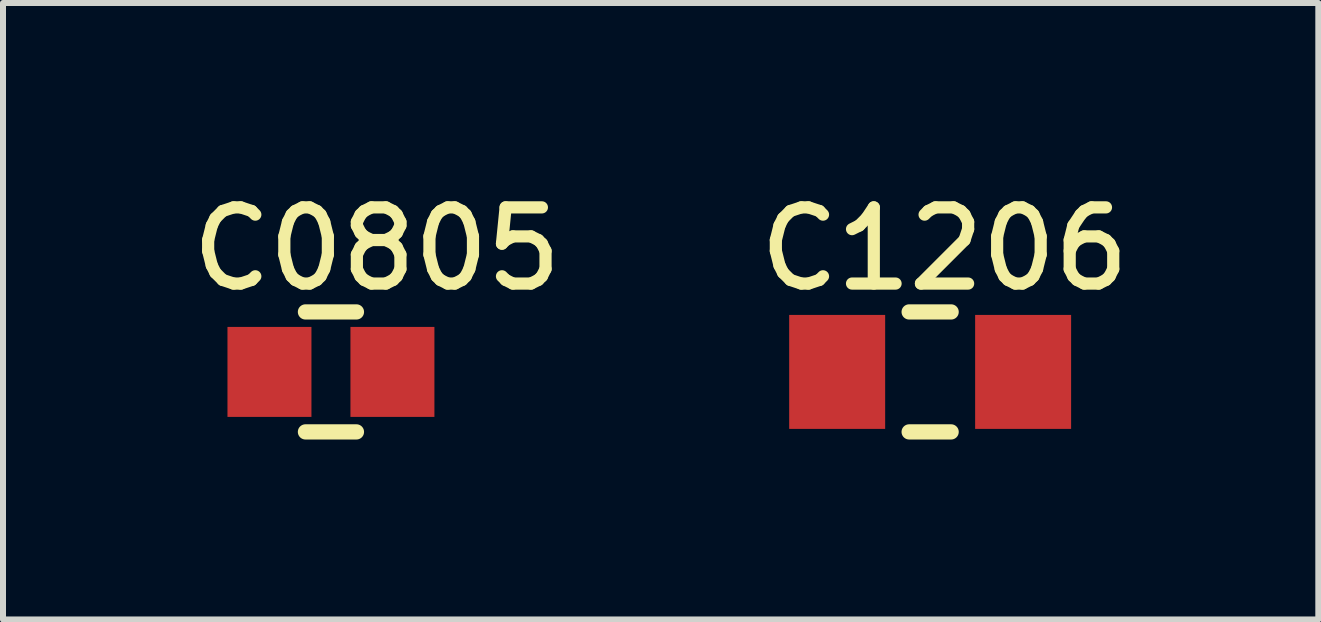
<source format=kicad_pcb>
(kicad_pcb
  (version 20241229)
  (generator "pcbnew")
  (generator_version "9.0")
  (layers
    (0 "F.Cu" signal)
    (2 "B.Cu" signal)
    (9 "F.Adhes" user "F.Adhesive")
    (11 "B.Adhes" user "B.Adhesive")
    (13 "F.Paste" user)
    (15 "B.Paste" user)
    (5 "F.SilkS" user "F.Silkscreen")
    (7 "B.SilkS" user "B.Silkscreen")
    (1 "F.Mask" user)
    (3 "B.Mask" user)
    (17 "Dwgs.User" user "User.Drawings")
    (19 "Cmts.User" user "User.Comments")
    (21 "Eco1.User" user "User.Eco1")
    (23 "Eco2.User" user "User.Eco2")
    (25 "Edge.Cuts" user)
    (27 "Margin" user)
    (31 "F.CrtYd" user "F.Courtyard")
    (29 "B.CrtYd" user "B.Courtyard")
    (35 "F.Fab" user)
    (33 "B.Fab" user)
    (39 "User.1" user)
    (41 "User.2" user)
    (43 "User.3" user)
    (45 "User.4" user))
  (footprint "C1206"
    (layer "F.Cu")
    (at 10.906 3.15)
    (property "Reference" "C1206" (at 1.79 -2.05 0) (layer "F.SilkS") (effects (font (size 1.27 1.27) (thickness 0.203))))
    (attr through_hole)
    (fp_line (start 1.2 -1) (end 1.9 -1) (stroke (width 0.254) (type solid)) (layer "F.SilkS"))
    (fp_line (start 1.2 1) (end 1.9 1) (stroke (width 0.254) (type solid)) (layer "F.SilkS"))
    (pad "1" smd rect (at 0 0) (size 1.6 1.9) (layers "F.Cu" "F.Mask" "F.Paste"))
    (pad "2" smd rect (at 3.1 0) (size 1.6 1.9) (layers "F.Cu" "F.Mask" "F.Paste")))
  (footprint "C0805"
    (layer "F.Cu")
    (at 1.442 3.15)
    (property "Reference" "C0805" (at 1.79 -2.05 0) (layer "F.SilkS") (effects (font (size 1.27 1.27) (thickness 0.203))))
    (attr through_hole)
    (fp_line (start 0.6 -1) (end 1.45 -1) (stroke (width 0.254) (type solid)) (layer "F.SilkS"))
    (fp_line (start 0.6 1) (end 1.45 1) (stroke (width 0.254) (type solid)) (layer "F.SilkS"))
    (pad "1" smd rect (at 0 0) (size 1.4 1.5) (layers "F.Cu" "F.Mask" "F.Paste"))
    (pad "2" smd rect (at 2.05 0) (size 1.4 1.5) (layers "F.Cu" "F.Mask" "F.Paste")))
  (gr_rect
    (start -3 -3)
    (end 18.927 7.277)
    (stroke (width 0.1) (type default))
    (fill no)
    (layer "Edge.Cuts")))
</source>
